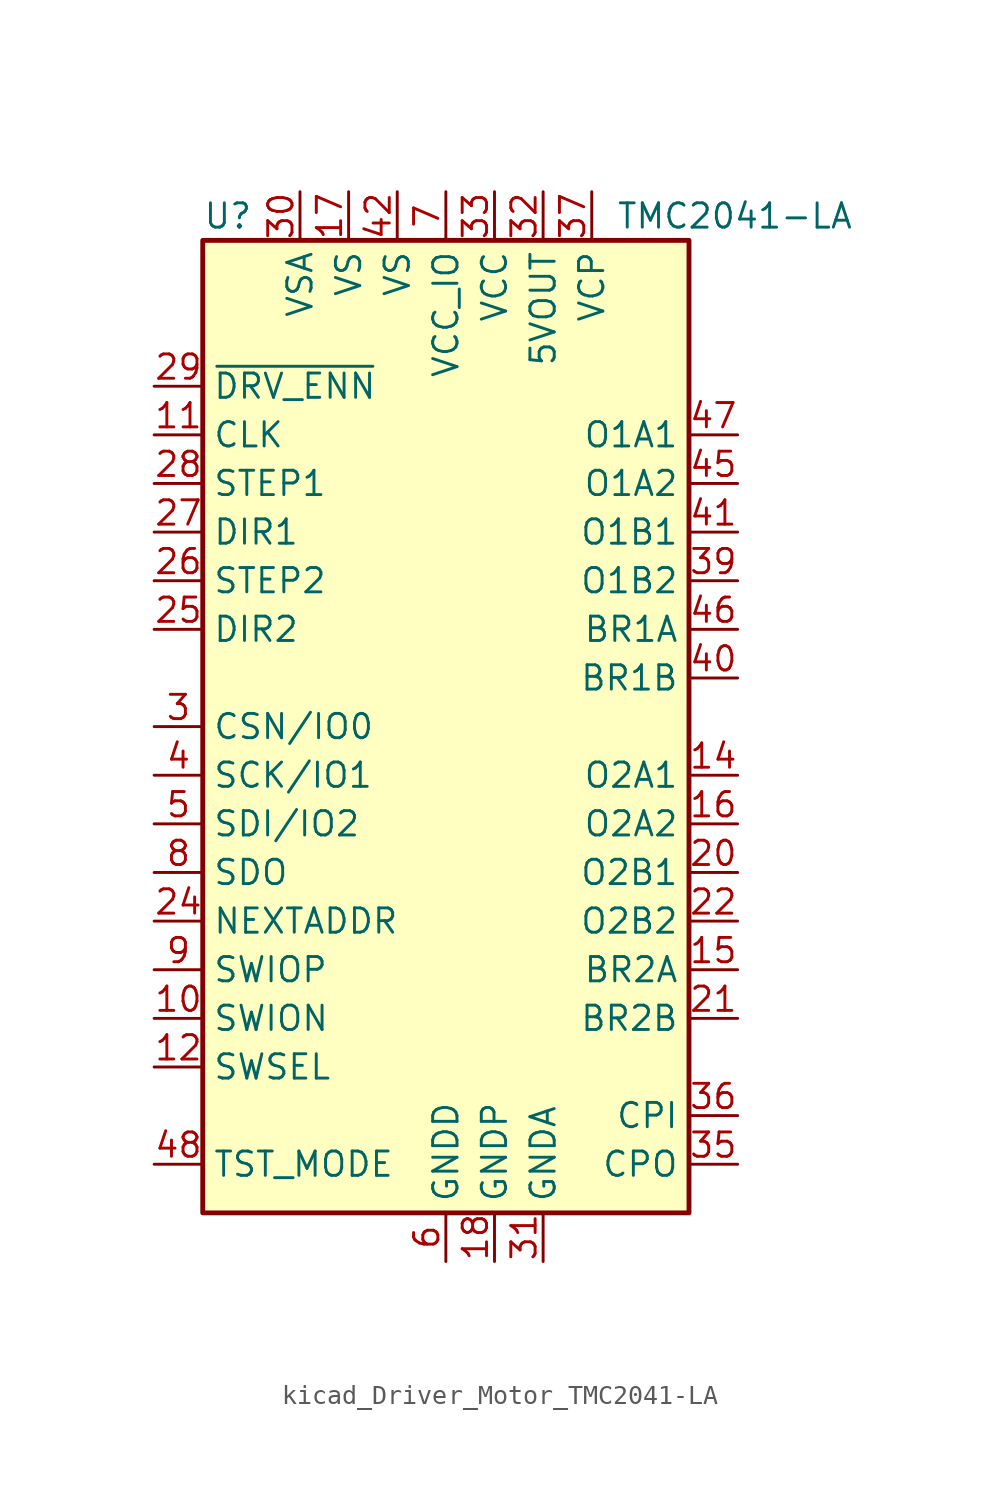
<source format=kicad_sym>
(kicad_symbol_lib
  (version 20220914)
  (generator kicad_symbol_editor)
  (symbol "kicad_Driver_Motor_TMC2041-LA"
    (property "Reference" "U"
      (at -12.7 26.67 0)
      (effects (font (size 1.27 1.27)) (justify left)))
    (property "Value" "TMC2041-LA"
      (at 8.89 26.67 0)
      (effects (font (size 1.27 1.27)) (justify left)))
    (symbol "kicad_Driver_Motor_TMC2041-LA_0_1"
      (rectangle (start -12.7 25.4) (end 12.7 -25.4) (stroke (width 0.254) (type default)) (fill (type background))))
    (symbol "kicad_Driver_Motor_TMC2041-LA_1_1"
      (pin passive line (at 0 -27.94 90) (length 2.54) hide (name "GNDD" (effects (font (size 1.27 1.27)))) (number "1" (effects (font (size 1.27 1.27)))))
      (pin bidirectional line (at -15.24 -15.24 0) (length 2.54) (name "SWION" (effects (font (size 1.27 1.27)))) (number "10" (effects (font (size 1.27 1.27)))))
      (pin input line (at -15.24 15.24 0) (length 2.54) (name "CLK" (effects (font (size 1.27 1.27)))) (number "11" (effects (font (size 1.27 1.27)))))
      (pin input line (at -15.24 -17.78 0) (length 2.54) (name "SWSEL" (effects (font (size 1.27 1.27)))) (number "12" (effects (font (size 1.27 1.27)))))
      (pin passive line (at 0 -27.94 90) (length 2.54) hide (name "GNDD" (effects (font (size 1.27 1.27)))) (number "13" (effects (font (size 1.27 1.27)))))
      (pin output line (at 15.24 -2.54 180) (length 2.54) (name "O2A1" (effects (font (size 1.27 1.27)))) (number "14" (effects (font (size 1.27 1.27)))))
      (pin passive line (at 15.24 -12.7 180) (length 2.54) (name "BR2A" (effects (font (size 1.27 1.27)))) (number "15" (effects (font (size 1.27 1.27)))))
      (pin output line (at 15.24 -5.08 180) (length 2.54) (name "O2A2" (effects (font (size 1.27 1.27)))) (number "16" (effects (font (size 1.27 1.27)))))
      (pin power_in line (at -5.08 27.94 270) (length 2.54) (name "VS" (effects (font (size 1.27 1.27)))) (number "17" (effects (font (size 1.27 1.27)))))
      (pin power_in line (at 2.54 -27.94 90) (length 2.54) (name "GNDP" (effects (font (size 1.27 1.27)))) (number "18" (effects (font (size 1.27 1.27)))))
      (pin passive line (at -5.08 27.94 270) (length 2.54) hide (name "VS" (effects (font (size 1.27 1.27)))) (number "19" (effects (font (size 1.27 1.27)))))
      (pin passive line (at 0 -27.94 90) (length 2.54) hide (name "GNDD" (effects (font (size 1.27 1.27)))) (number "2" (effects (font (size 1.27 1.27)))))
      (pin output line (at 15.24 -7.62 180) (length 2.54) (name "O2B1" (effects (font (size 1.27 1.27)))) (number "20" (effects (font (size 1.27 1.27)))))
      (pin passive line (at 15.24 -15.24 180) (length 2.54) (name "BR2B" (effects (font (size 1.27 1.27)))) (number "21" (effects (font (size 1.27 1.27)))))
      (pin output line (at 15.24 -10.16 180) (length 2.54) (name "O2B2" (effects (font (size 1.27 1.27)))) (number "22" (effects (font (size 1.27 1.27)))))
      (pin passive line (at 0 -27.94 90) (length 2.54) hide (name "GNDD" (effects (font (size 1.27 1.27)))) (number "23" (effects (font (size 1.27 1.27)))))
      (pin input line (at -15.24 -10.16 0) (length 2.54) (name "NEXTADDR" (effects (font (size 1.27 1.27)))) (number "24" (effects (font (size 1.27 1.27)))))
      (pin input line (at -15.24 5.08 0) (length 2.54) (name "DIR2" (effects (font (size 1.27 1.27)))) (number "25" (effects (font (size 1.27 1.27)))))
      (pin input line (at -15.24 7.62 0) (length 2.54) (name "STEP2" (effects (font (size 1.27 1.27)))) (number "26" (effects (font (size 1.27 1.27)))))
      (pin input line (at -15.24 10.16 0) (length 2.54) (name "DIR1" (effects (font (size 1.27 1.27)))) (number "27" (effects (font (size 1.27 1.27)))))
      (pin input line (at -15.24 12.7 0) (length 2.54) (name "STEP1" (effects (font (size 1.27 1.27)))) (number "28" (effects (font (size 1.27 1.27)))))
      (pin input line (at -15.24 17.78 0) (length 2.54) (name "~{DRV_ENN}" (effects (font (size 1.27 1.27)))) (number "29" (effects (font (size 1.27 1.27)))))
      (pin bidirectional line (at -15.24 0 0) (length 2.54) (name "CSN/IO0" (effects (font (size 1.27 1.27)))) (number "3" (effects (font (size 1.27 1.27)))))
      (pin power_in line (at -7.62 27.94 270) (length 2.54) (name "VSA" (effects (font (size 1.27 1.27)))) (number "30" (effects (font (size 1.27 1.27)))))
      (pin power_in line (at 5.08 -27.94 90) (length 2.54) (name "GNDA" (effects (font (size 1.27 1.27)))) (number "31" (effects (font (size 1.27 1.27)))))
      (pin power_out line (at 5.08 27.94 270) (length 2.54) (name "5VOUT" (effects (font (size 1.27 1.27)))) (number "32" (effects (font (size 1.27 1.27)))))
      (pin power_in line (at 2.54 27.94 270) (length 2.54) (name "VCC" (effects (font (size 1.27 1.27)))) (number "33" (effects (font (size 1.27 1.27)))))
      (pin passive line (at 0 -27.94 90) (length 2.54) hide (name "GNDD" (effects (font (size 1.27 1.27)))) (number "34" (effects (font (size 1.27 1.27)))))
      (pin passive line (at 15.24 -22.86 180) (length 2.54) (name "CPO" (effects (font (size 1.27 1.27)))) (number "35" (effects (font (size 1.27 1.27)))))
      (pin passive line (at 15.24 -20.32 180) (length 2.54) (name "CPI" (effects (font (size 1.27 1.27)))) (number "36" (effects (font (size 1.27 1.27)))))
      (pin passive line (at 7.62 27.94 270) (length 2.54) (name "VCP" (effects (font (size 1.27 1.27)))) (number "37" (effects (font (size 1.27 1.27)))))
      (pin passive line (at 0 -27.94 90) (length 2.54) hide (name "GNDD" (effects (font (size 1.27 1.27)))) (number "38" (effects (font (size 1.27 1.27)))))
      (pin output line (at 15.24 7.62 180) (length 2.54) (name "O1B2" (effects (font (size 1.27 1.27)))) (number "39" (effects (font (size 1.27 1.27)))))
      (pin bidirectional line (at -15.24 -2.54 0) (length 2.54) (name "SCK/IO1" (effects (font (size 1.27 1.27)))) (number "4" (effects (font (size 1.27 1.27)))))
      (pin passive line (at 15.24 2.54 180) (length 2.54) (name "BR1B" (effects (font (size 1.27 1.27)))) (number "40" (effects (font (size 1.27 1.27)))))
      (pin output line (at 15.24 10.16 180) (length 2.54) (name "O1B1" (effects (font (size 1.27 1.27)))) (number "41" (effects (font (size 1.27 1.27)))))
      (pin power_in line (at -2.54 27.94 270) (length 2.54) (name "VS" (effects (font (size 1.27 1.27)))) (number "42" (effects (font (size 1.27 1.27)))))
      (pin passive line (at 2.54 -27.94 90) (length 2.54) hide (name "GNDP" (effects (font (size 1.27 1.27)))) (number "43" (effects (font (size 1.27 1.27)))))
      (pin passive line (at -2.54 27.94 270) (length 2.54) hide (name "VS" (effects (font (size 1.27 1.27)))) (number "44" (effects (font (size 1.27 1.27)))))
      (pin output line (at 15.24 12.7 180) (length 2.54) (name "O1A2" (effects (font (size 1.27 1.27)))) (number "45" (effects (font (size 1.27 1.27)))))
      (pin passive line (at 15.24 5.08 180) (length 2.54) (name "BR1A" (effects (font (size 1.27 1.27)))) (number "46" (effects (font (size 1.27 1.27)))))
      (pin output line (at 15.24 15.24 180) (length 2.54) (name "O1A1" (effects (font (size 1.27 1.27)))) (number "47" (effects (font (size 1.27 1.27)))))
      (pin input line (at -15.24 -22.86 0) (length 2.54) (name "TST_MODE" (effects (font (size 1.27 1.27)))) (number "48" (effects (font (size 1.27 1.27)))))
      (pin passive line (at 0 -27.94 90) (length 2.54) hide (name "GNDD" (effects (font (size 1.27 1.27)))) (number "49" (effects (font (size 1.27 1.27)))))
      (pin bidirectional line (at -15.24 -5.08 0) (length 2.54) (name "SDI/IO2" (effects (font (size 1.27 1.27)))) (number "5" (effects (font (size 1.27 1.27)))))
      (pin power_in line (at 0 -27.94 90) (length 2.54) (name "GNDD" (effects (font (size 1.27 1.27)))) (number "6" (effects (font (size 1.27 1.27)))))
      (pin power_in line (at 0 27.94 270) (length 2.54) (name "VCC_IO" (effects (font (size 1.27 1.27)))) (number "7" (effects (font (size 1.27 1.27)))))
      (pin bidirectional line (at -15.24 -7.62 0) (length 2.54) (name "SDO" (effects (font (size 1.27 1.27)))) (number "8" (effects (font (size 1.27 1.27)))))
      (pin bidirectional line (at -15.24 -12.7 0) (length 2.54) (name "SWIOP" (effects (font (size 1.27 1.27)))) (number "9" (effects (font (size 1.27 1.27))))))))
</source>
